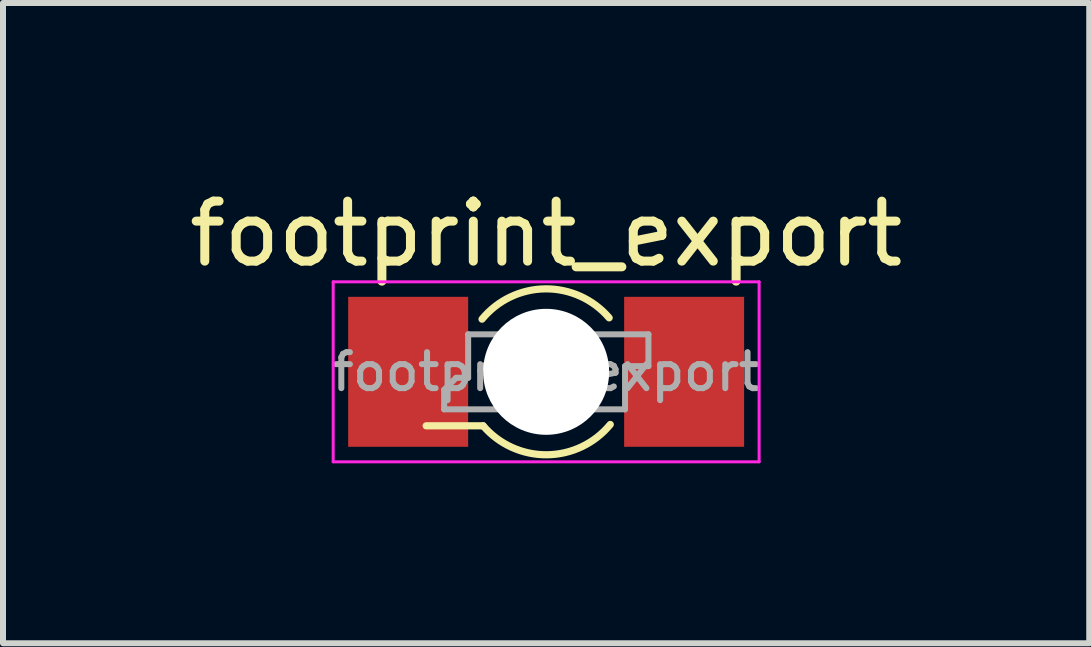
<source format=kicad_pcb>
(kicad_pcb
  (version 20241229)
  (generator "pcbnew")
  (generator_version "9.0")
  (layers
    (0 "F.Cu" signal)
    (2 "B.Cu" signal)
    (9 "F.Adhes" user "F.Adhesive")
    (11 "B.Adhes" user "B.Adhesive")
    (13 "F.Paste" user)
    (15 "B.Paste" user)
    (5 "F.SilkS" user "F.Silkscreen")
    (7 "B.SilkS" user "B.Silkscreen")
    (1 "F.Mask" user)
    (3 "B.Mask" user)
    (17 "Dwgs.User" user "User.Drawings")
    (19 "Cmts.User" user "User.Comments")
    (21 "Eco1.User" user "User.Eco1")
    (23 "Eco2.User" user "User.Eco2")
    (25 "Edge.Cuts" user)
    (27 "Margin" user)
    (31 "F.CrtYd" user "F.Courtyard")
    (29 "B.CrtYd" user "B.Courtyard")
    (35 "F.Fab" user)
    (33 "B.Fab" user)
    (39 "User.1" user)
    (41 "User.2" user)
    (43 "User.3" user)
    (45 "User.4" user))
  (footprint "footprint_export"
    (layer "F.Cu")
    (at 6.054 3.148)
    (property "Reference" "footprint_export" (at 0 -2.3 0) (layer "F.SilkS") (effects (font (size 1 1) (thickness 0.15))))
    (attr smd)
    (fp_line (start -2 0.9) (end -1.05 0.9) (stroke (width 0.12) (type solid)) (layer "F.SilkS"))
    (fp_arc (start -1.068658 -0.877765) (mid -0.014513 -1.382856) (end 1.05 -0.9) (stroke (width 0.12) (type solid)) (layer "F.SilkS"))
    (fp_arc (start 1.068658 0.877765) (mid 0.014513 1.382856) (end -1.05 0.9) (stroke (width 0.12) (type solid)) (layer "F.SilkS"))
    (fp_line (start -3.55 -1.5) (end 3.55 -1.5) (stroke (width 0.05) (type solid)) (layer "F.CrtYd"))
    (fp_line (start -3.55 1.5) (end -3.55 -1.5) (stroke (width 0.05) (type solid)) (layer "F.CrtYd"))
    (fp_line (start 3.55 -1.5) (end 3.55 1.5) (stroke (width 0.05) (type solid)) (layer "F.CrtYd"))
    (fp_line (start 3.55 1.5) (end -3.55 1.5) (stroke (width 0.05) (type solid)) (layer "F.CrtYd"))
    (fp_line (start -1.7 0.3) (end -1.7 0.625) (stroke (width 0.1) (type solid)) (layer "F.Fab"))
    (fp_line (start -1.7 0.3) (end -1.5 0.1) (stroke (width 0.1) (type solid)) (layer "F.Fab"))
    (fp_line (start -1.5 0.1) (end -1.3 0.1) (stroke (width 0.1) (type solid)) (layer "F.Fab"))
    (fp_line (start -1.3 -0.625) (end -0.715 -0.625) (stroke (width 0.1) (type solid)) (layer "F.Fab"))
    (fp_line (start -1.3 0.1) (end -1.3 -0.625) (stroke (width 0.1) (type solid)) (layer "F.Fab"))
    (fp_line (start -0.715 0.625) (end -1.7 0.625) (stroke (width 0.1) (type solid)) (layer "F.Fab"))
    (fp_line (start 0.715 -0.625) (end 1.705 -0.625) (stroke (width 0.1) (type solid)) (layer "F.Fab"))
    (fp_line (start 0.715 0.625) (end 1.315 0.625) (stroke (width 0.1) (type solid)) (layer "F.Fab"))
    (fp_line (start 1.315 -0.095) (end 1.315 0.625) (stroke (width 0.1) (type solid)) (layer "F.Fab"))
    (fp_line (start 1.705 -0.625) (end 1.705 -0.095) (stroke (width 0.1) (type solid)) (layer "F.Fab"))
    (fp_line (start 1.705 -0.095) (end 1.315 -0.095) (stroke (width 0.1) (type solid)) (layer "F.Fab"))
    (fp_arc (start -0.714073 -0.626059) (mid 0.000704 -0.949658) (end 0.715 -0.625) (stroke (width 0.1) (type solid)) (layer "F.Fab"))
    (fp_arc (start 0.714073 0.626059) (mid -0.000704 0.949658) (end -0.715 0.625) (stroke (width 0.1) (type solid)) (layer "F.Fab"))
    (fp_text user "${REFERENCE}" (at 0 0 0) (layer "F.Fab") (effects (font (size 0.6 0.6) (thickness 0.1))))
    (pad "" smd rect (at -1.55 0.375) (size 0.5 0.7) (layers "F.Mask" "F.Paste"))
    (pad "" np_thru_hole circle (at 0 0) (size 2.1 2.1) (drill 2.1) (layers "*.Cu" "*.Mask"))
    (pad "" smd rect (at 1.55 -0.375) (size 0.5 0.7) (layers "F.Mask" "F.Paste"))
    (pad "1" smd rect (at -2.3 0) (size 2 2.5) (layers "F.Cu"))
    (pad "2" smd rect (at 2.3 0) (size 2 2.5) (layers "F.Cu")))
  (gr_rect
    (start -3 -3)
    (end 15.107 7.673)
    (stroke (width 0.1) (type default))
    (fill no)
    (layer "Edge.Cuts")))
</source>
